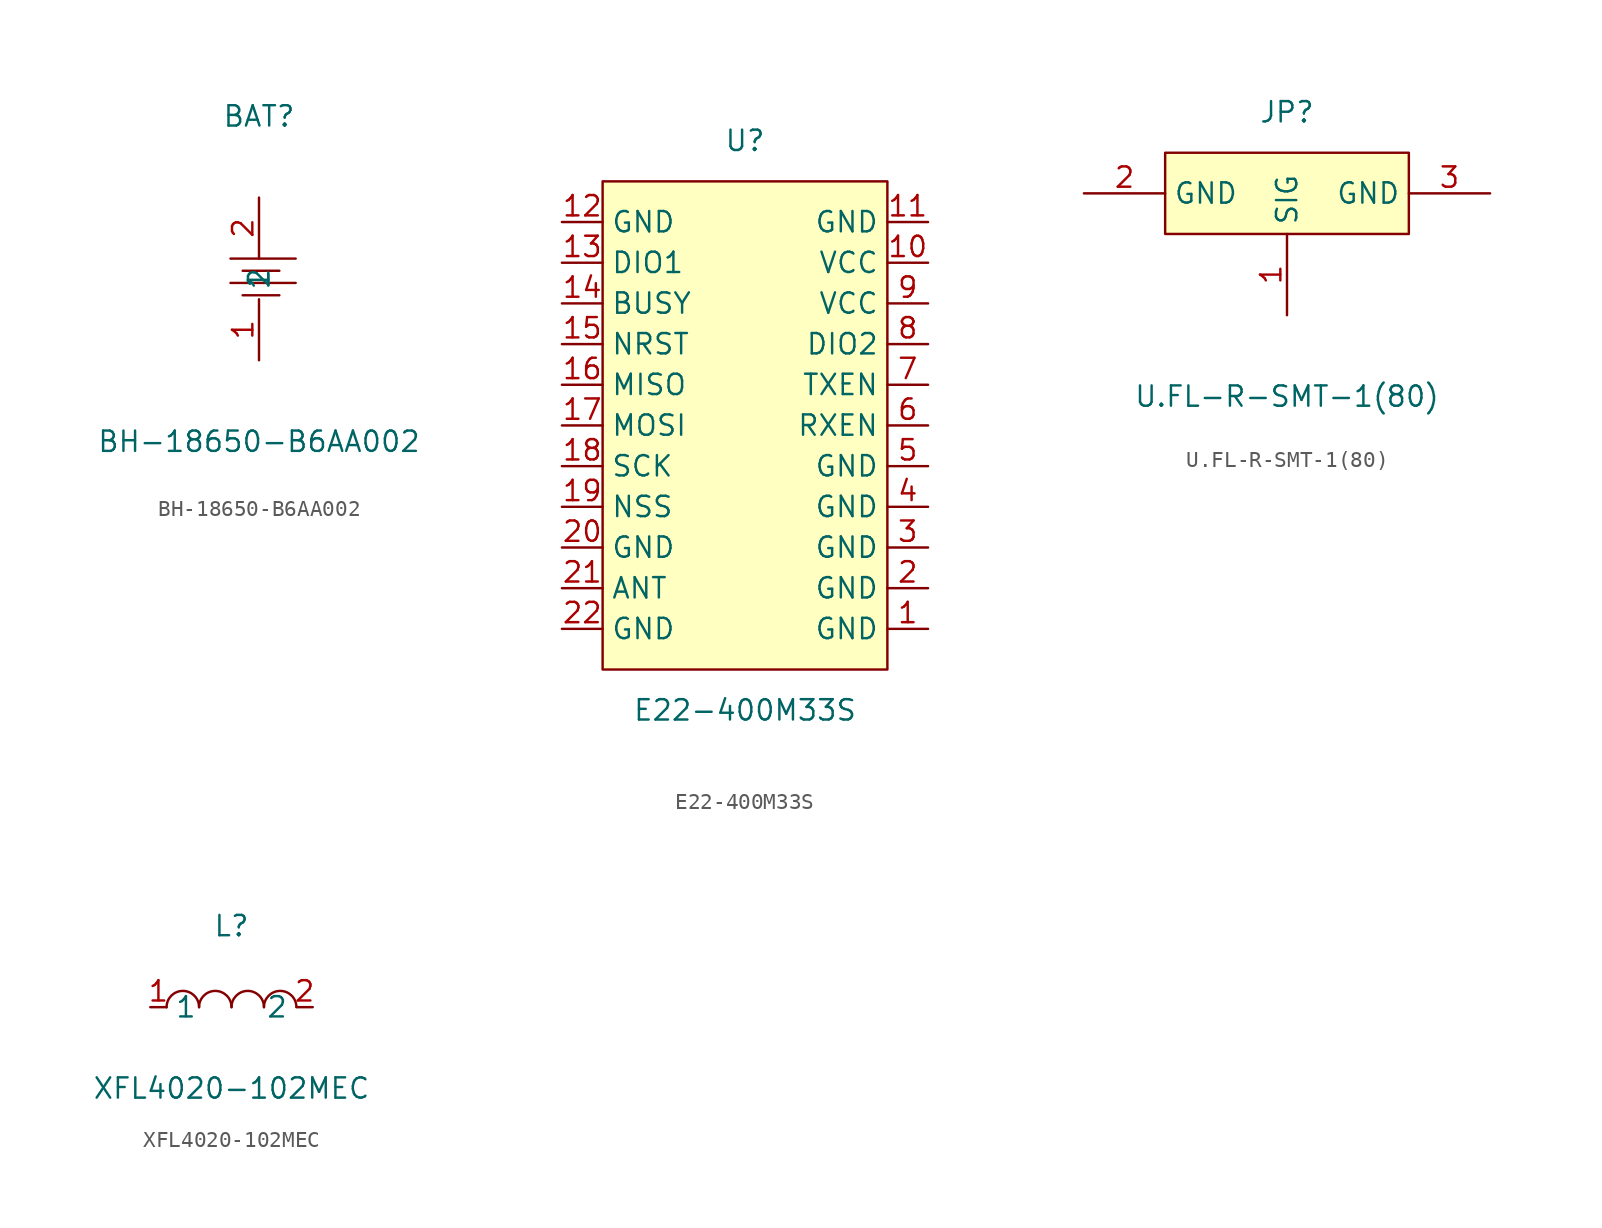
<source format=kicad_sym>
(kicad_symbol_lib
  (version 20211014)
  (generator https://github.com/uPesy/easyeda2kicad.py)
  (symbol "BH-18650-B6AA002"
    (property "Reference" "BAT"
      (at 0 10.16 0)
      (effects (font (size 1.27 1.27))))
    (property "Value" "BH-18650-B6AA002"
      (at 0 -10.16 0)
      (effects (font (size 1.27 1.27))))
    (symbol "BH-18650-B6AA002_0_1"
      (polyline (pts (xy 2.29 1.27) (xy -1.78 1.27)) (stroke (width 0) (type default) (color 0 0 0 0)) (fill (type none)))
      (polyline (pts (xy 1.27 0.51) (xy -1.02 0.51)) (stroke (width 0) (type default) (color 0 0 0 0)) (fill (type none)))
      (polyline (pts (xy 2.29 -0.25) (xy -1.78 -0.25)) (stroke (width 0) (type default) (color 0 0 0 0)) (fill (type none)))
      (polyline (pts (xy 1.27 -1.02) (xy -1.02 -1.02)) (stroke (width 0) (type default) (color 0 0 0 0)) (fill (type none)))
      (pin input line (at 0.00 5.08 270) (length 3.81) (name "2" (effects (font (size 1.27 1.27)))) (number "2" (effects (font (size 1.27 1.27)))))
      (pin input line (at 0.00 -5.08 90) (length 3.81) (name "1" (effects (font (size 1.27 1.27)))) (number "1" (effects (font (size 1.27 1.27)))))))
  (symbol "E22-400M33S"
    (property "Reference" "U"
      (at 0 17.78 0)
      (effects (font (size 1.27 1.27))))
    (property "Value" "E22-400M33S"
      (at 0 -17.78 0)
      (effects (font (size 1.27 1.27))))
    (symbol "E22-400M33S_0_1"
      (rectangle (start -8.89 15.24) (end 8.89 -15.24) (stroke (width 0) (type default) (color 0 0 0 0)) (fill (type background)))
      (pin unspecified line (at 11.43 -12.70 180) (length 2.54) (name "GND" (effects (font (size 1.27 1.27)))) (number "1" (effects (font (size 1.27 1.27)))))
      (pin unspecified line (at 11.43 -10.16 180) (length 2.54) (name "GND" (effects (font (size 1.27 1.27)))) (number "2" (effects (font (size 1.27 1.27)))))
      (pin unspecified line (at 11.43 -7.62 180) (length 2.54) (name "GND" (effects (font (size 1.27 1.27)))) (number "3" (effects (font (size 1.27 1.27)))))
      (pin unspecified line (at 11.43 -5.08 180) (length 2.54) (name "GND" (effects (font (size 1.27 1.27)))) (number "4" (effects (font (size 1.27 1.27)))))
      (pin unspecified line (at 11.43 -2.54 180) (length 2.54) (name "GND" (effects (font (size 1.27 1.27)))) (number "5" (effects (font (size 1.27 1.27)))))
      (pin unspecified line (at 11.43 -0.00 180) (length 2.54) (name "RXEN" (effects (font (size 1.27 1.27)))) (number "6" (effects (font (size 1.27 1.27)))))
      (pin unspecified line (at 11.43 2.54 180) (length 2.54) (name "TXEN" (effects (font (size 1.27 1.27)))) (number "7" (effects (font (size 1.27 1.27)))))
      (pin unspecified line (at 11.43 5.08 180) (length 2.54) (name "DIO2" (effects (font (size 1.27 1.27)))) (number "8" (effects (font (size 1.27 1.27)))))
      (pin unspecified line (at 11.43 7.62 180) (length 2.54) (name "VCC" (effects (font (size 1.27 1.27)))) (number "9" (effects (font (size 1.27 1.27)))))
      (pin unspecified line (at 11.43 10.16 180) (length 2.54) (name "VCC" (effects (font (size 1.27 1.27)))) (number "10" (effects (font (size 1.27 1.27)))))
      (pin unspecified line (at 11.43 12.70 180) (length 2.54) (name "GND" (effects (font (size 1.27 1.27)))) (number "11" (effects (font (size 1.27 1.27)))))
      (pin unspecified line (at -11.43 12.70 0) (length 2.54) (name "GND" (effects (font (size 1.27 1.27)))) (number "12" (effects (font (size 1.27 1.27)))))
      (pin unspecified line (at -11.43 10.16 0) (length 2.54) (name "DIO1" (effects (font (size 1.27 1.27)))) (number "13" (effects (font (size 1.27 1.27)))))
      (pin unspecified line (at -11.43 7.62 0) (length 2.54) (name "BUSY" (effects (font (size 1.27 1.27)))) (number "14" (effects (font (size 1.27 1.27)))))
      (pin unspecified line (at -11.43 5.08 0) (length 2.54) (name "NRST" (effects (font (size 1.27 1.27)))) (number "15" (effects (font (size 1.27 1.27)))))
      (pin unspecified line (at -11.43 2.54 0) (length 2.54) (name "MISO" (effects (font (size 1.27 1.27)))) (number "16" (effects (font (size 1.27 1.27)))))
      (pin unspecified line (at -11.43 -0.00 0) (length 2.54) (name "MOSI" (effects (font (size 1.27 1.27)))) (number "17" (effects (font (size 1.27 1.27)))))
      (pin unspecified line (at -11.43 -2.54 0) (length 2.54) (name "SCK" (effects (font (size 1.27 1.27)))) (number "18" (effects (font (size 1.27 1.27)))))
      (pin unspecified line (at -11.43 -5.08 0) (length 2.54) (name "NSS" (effects (font (size 1.27 1.27)))) (number "19" (effects (font (size 1.27 1.27)))))
      (pin unspecified line (at -11.43 -7.62 0) (length 2.54) (name "GND" (effects (font (size 1.27 1.27)))) (number "20" (effects (font (size 1.27 1.27)))))
      (pin unspecified line (at -11.43 -10.16 0) (length 2.54) (name "ANT" (effects (font (size 1.27 1.27)))) (number "21" (effects (font (size 1.27 1.27)))))
      (pin unspecified line (at -11.43 -12.70 0) (length 2.54) (name "GND" (effects (font (size 1.27 1.27)))) (number "22" (effects (font (size 1.27 1.27)))))))
  (symbol "U.FL-R-SMT-1(80)"
    (property "Reference" "JP"
      (at 0 7.62 0)
      (effects (font (size 1.27 1.27))))
    (property "Value" "U.FL-R-SMT-1(80)"
      (at 0 -10.16 0)
      (effects (font (size 1.27 1.27))))
    (symbol "U.FL-R-SMT-1(80)_0_1"
      (rectangle (start -7.62 5.08) (end 7.62 0.00) (stroke (width 0) (type default) (color 0 0 0 0)) (fill (type background)))
      (pin unspecified line (at -12.70 2.54 0) (length 5.08) (name "GND" (effects (font (size 1.27 1.27)))) (number "2" (effects (font (size 1.27 1.27)))))
      (pin unspecified line (at 0.00 -5.08 90) (length 5.08) (name "SIG" (effects (font (size 1.27 1.27)))) (number "1" (effects (font (size 1.27 1.27)))))
      (pin unspecified line (at 12.70 2.54 180) (length 5.08) (name "GND" (effects (font (size 1.27 1.27)))) (number "3" (effects (font (size 1.27 1.27)))))))
  (symbol "XFL4020-102MEC"
    (property "Reference" "L"
      (at 0 5.08 0)
      (effects (font (size 1.27 1.27))))
    (property "Value" "XFL4020-102MEC"
      (at 0 -5.08 0)
      (effects (font (size 1.27 1.27))))
    (symbol "XFL4020-102MEC_0_1"
      (arc (start -4.06 -0.01) (mid -2.83 0.99) (end -2.03 0.01) (stroke (width 0) (type default) (color 0 0 0 0)) (fill (type none)))
      (arc (start -2.03 -0.01) (mid -0.80 0.99) (end 0.00 0.01) (stroke (width 0) (type default) (color 0 0 0 0)) (fill (type none)))
      (arc (start 2.03 -0.01) (mid 3.26 0.99) (end 4.06 0.01) (stroke (width 0) (type default) (color 0 0 0 0)) (fill (type none)))
      (arc (start 0.00 -0.01) (mid 1.23 0.99) (end 2.03 0.01) (stroke (width 0) (type default) (color 0 0 0 0)) (fill (type none)))
      (pin unspecified line (at 5.08 -0.00 180) (length 1.016) (name "2" (effects (font (size 1.27 1.27)))) (number "2" (effects (font (size 1.27 1.27)))))
      (pin unspecified line (at -5.08 -0.00 0) (length 1.016) (name "1" (effects (font (size 1.27 1.27)))) (number "1" (effects (font (size 1.27 1.27))))))))
</source>
